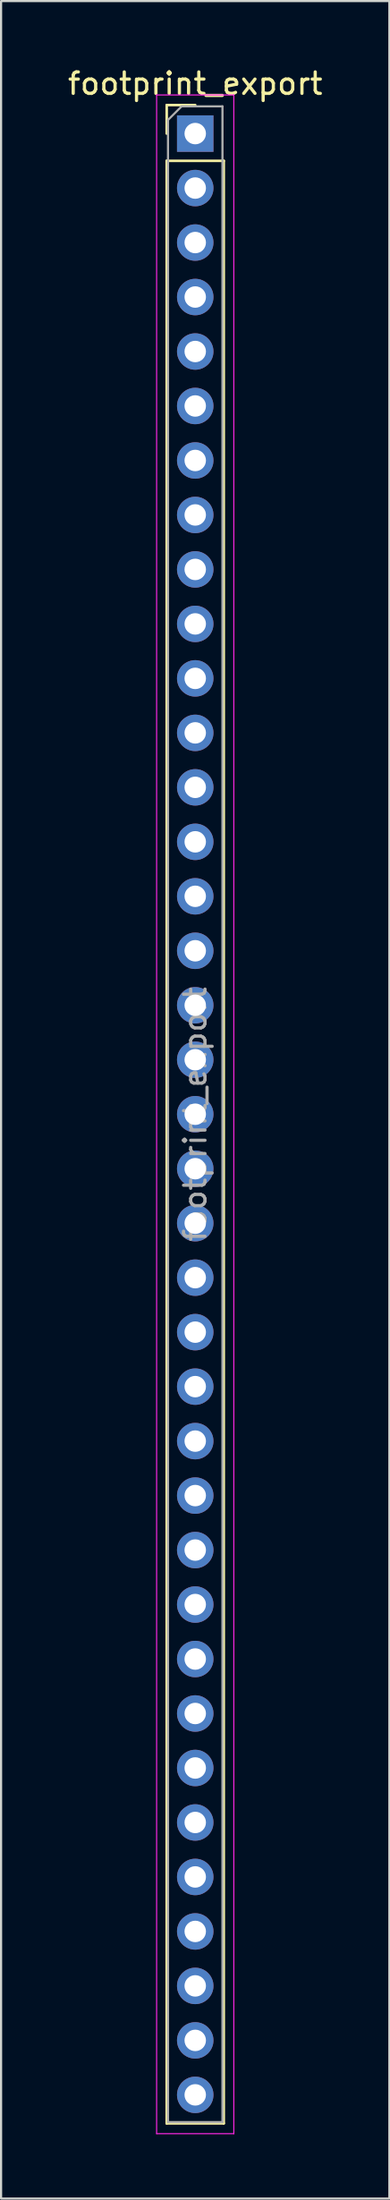
<source format=kicad_pcb>
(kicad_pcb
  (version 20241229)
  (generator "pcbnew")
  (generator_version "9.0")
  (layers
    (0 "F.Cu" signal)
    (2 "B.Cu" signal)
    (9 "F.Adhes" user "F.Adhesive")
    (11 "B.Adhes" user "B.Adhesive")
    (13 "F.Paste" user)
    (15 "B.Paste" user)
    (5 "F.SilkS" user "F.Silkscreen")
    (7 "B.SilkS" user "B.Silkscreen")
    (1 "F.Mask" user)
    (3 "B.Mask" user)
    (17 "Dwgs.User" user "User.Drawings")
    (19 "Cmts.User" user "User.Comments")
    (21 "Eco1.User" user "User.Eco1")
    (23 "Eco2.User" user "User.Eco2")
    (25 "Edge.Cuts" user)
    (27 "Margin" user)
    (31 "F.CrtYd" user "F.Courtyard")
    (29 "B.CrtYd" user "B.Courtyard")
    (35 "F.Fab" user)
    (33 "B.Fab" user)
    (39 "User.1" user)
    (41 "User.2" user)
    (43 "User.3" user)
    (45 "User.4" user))
  (footprint "footprint_export"
    (layer "F.Cu")
    (at 6.054 3.178)
    (property "Reference" "footprint_export" (at 0 -2.33 0) (layer "F.SilkS") (effects (font (size 1 1) (thickness 0.15))))
    (attr through_hole)
    (fp_line (start -1.33 -1.33) (end 0 -1.33) (stroke (width 0.12) (type solid)) (layer "F.SilkS"))
    (fp_line (start -1.33 0) (end -1.33 -1.33) (stroke (width 0.12) (type solid)) (layer "F.SilkS"))
    (fp_line (start -1.33 1.27) (end -1.33 92.77) (stroke (width 0.12) (type solid)) (layer "F.SilkS"))
    (fp_line (start -1.33 1.27) (end 1.33 1.27) (stroke (width 0.12) (type solid)) (layer "F.SilkS"))
    (fp_line (start -1.33 92.77) (end 1.33 92.77) (stroke (width 0.12) (type solid)) (layer "F.SilkS"))
    (fp_line (start 1.33 1.27) (end 1.33 92.77) (stroke (width 0.12) (type solid)) (layer "F.SilkS"))
    (fp_line (start -1.8 -1.8) (end -1.8 93.25) (stroke (width 0.05) (type solid)) (layer "F.CrtYd"))
    (fp_line (start -1.8 93.25) (end 1.8 93.25) (stroke (width 0.05) (type solid)) (layer "F.CrtYd"))
    (fp_line (start 1.8 -1.8) (end -1.8 -1.8) (stroke (width 0.05) (type solid)) (layer "F.CrtYd"))
    (fp_line (start 1.8 93.25) (end 1.8 -1.8) (stroke (width 0.05) (type solid)) (layer "F.CrtYd"))
    (fp_line (start -1.27 -0.635) (end -0.635 -1.27) (stroke (width 0.1) (type solid)) (layer "F.Fab"))
    (fp_line (start -1.27 92.71) (end -1.27 -0.635) (stroke (width 0.1) (type solid)) (layer "F.Fab"))
    (fp_line (start -0.635 -1.27) (end 1.27 -1.27) (stroke (width 0.1) (type solid)) (layer "F.Fab"))
    (fp_line (start 1.27 -1.27) (end 1.27 92.71) (stroke (width 0.1) (type solid)) (layer "F.Fab"))
    (fp_line (start 1.27 92.71) (end -1.27 92.71) (stroke (width 0.1) (type solid)) (layer "F.Fab"))
    (fp_text user "${REFERENCE}" (at 0 45.72 90) (layer "F.Fab") (effects (font (size 1 1) (thickness 0.15))))
    (pad "1" thru_hole rect (at 0 0) (size 1.7 1.7) (drill 1) (layers "*.Cu" "*.Mask"))
    (pad "2" thru_hole oval (at 0 2.54) (size 1.7 1.7) (drill 1) (layers "*.Cu" "*.Mask"))
    (pad "3" thru_hole oval (at 0 5.08) (size 1.7 1.7) (drill 1) (layers "*.Cu" "*.Mask"))
    (pad "4" thru_hole oval (at 0 7.62) (size 1.7 1.7) (drill 1) (layers "*.Cu" "*.Mask"))
    (pad "5" thru_hole oval (at 0 10.16) (size 1.7 1.7) (drill 1) (layers "*.Cu" "*.Mask"))
    (pad "6" thru_hole oval (at 0 12.7) (size 1.7 1.7) (drill 1) (layers "*.Cu" "*.Mask"))
    (pad "7" thru_hole oval (at 0 15.24) (size 1.7 1.7) (drill 1) (layers "*.Cu" "*.Mask"))
    (pad "8" thru_hole oval (at 0 17.78) (size 1.7 1.7) (drill 1) (layers "*.Cu" "*.Mask"))
    (pad "9" thru_hole oval (at 0 20.32) (size 1.7 1.7) (drill 1) (layers "*.Cu" "*.Mask"))
    (pad "10" thru_hole oval (at 0 22.86) (size 1.7 1.7) (drill 1) (layers "*.Cu" "*.Mask"))
    (pad "11" thru_hole oval (at 0 25.4) (size 1.7 1.7) (drill 1) (layers "*.Cu" "*.Mask"))
    (pad "12" thru_hole oval (at 0 27.94) (size 1.7 1.7) (drill 1) (layers "*.Cu" "*.Mask"))
    (pad "13" thru_hole oval (at 0 30.48) (size 1.7 1.7) (drill 1) (layers "*.Cu" "*.Mask"))
    (pad "14" thru_hole oval (at 0 33.02) (size 1.7 1.7) (drill 1) (layers "*.Cu" "*.Mask"))
    (pad "15" thru_hole oval (at 0 35.56) (size 1.7 1.7) (drill 1) (layers "*.Cu" "*.Mask"))
    (pad "16" thru_hole oval (at 0 38.1) (size 1.7 1.7) (drill 1) (layers "*.Cu" "*.Mask"))
    (pad "17" thru_hole oval (at 0 40.64) (size 1.7 1.7) (drill 1) (layers "*.Cu" "*.Mask"))
    (pad "18" thru_hole oval (at 0 43.18) (size 1.7 1.7) (drill 1) (layers "*.Cu" "*.Mask"))
    (pad "19" thru_hole oval (at 0 45.72) (size 1.7 1.7) (drill 1) (layers "*.Cu" "*.Mask"))
    (pad "20" thru_hole oval (at 0 48.26) (size 1.7 1.7) (drill 1) (layers "*.Cu" "*.Mask"))
    (pad "21" thru_hole oval (at 0 50.8) (size 1.7 1.7) (drill 1) (layers "*.Cu" "*.Mask"))
    (pad "22" thru_hole oval (at 0 53.34) (size 1.7 1.7) (drill 1) (layers "*.Cu" "*.Mask"))
    (pad "23" thru_hole oval (at 0 55.88) (size 1.7 1.7) (drill 1) (layers "*.Cu" "*.Mask"))
    (pad "24" thru_hole oval (at 0 58.42) (size 1.7 1.7) (drill 1) (layers "*.Cu" "*.Mask"))
    (pad "25" thru_hole oval (at 0 60.96) (size 1.7 1.7) (drill 1) (layers "*.Cu" "*.Mask"))
    (pad "26" thru_hole oval (at 0 63.5) (size 1.7 1.7) (drill 1) (layers "*.Cu" "*.Mask"))
    (pad "27" thru_hole oval (at 0 66.04) (size 1.7 1.7) (drill 1) (layers "*.Cu" "*.Mask"))
    (pad "28" thru_hole oval (at 0 68.58) (size 1.7 1.7) (drill 1) (layers "*.Cu" "*.Mask"))
    (pad "29" thru_hole oval (at 0 71.12) (size 1.7 1.7) (drill 1) (layers "*.Cu" "*.Mask"))
    (pad "30" thru_hole oval (at 0 73.66) (size 1.7 1.7) (drill 1) (layers "*.Cu" "*.Mask"))
    (pad "31" thru_hole oval (at 0 76.2) (size 1.7 1.7) (drill 1) (layers "*.Cu" "*.Mask"))
    (pad "32" thru_hole oval (at 0 78.74) (size 1.7 1.7) (drill 1) (layers "*.Cu" "*.Mask"))
    (pad "33" thru_hole oval (at 0 81.28) (size 1.7 1.7) (drill 1) (layers "*.Cu" "*.Mask"))
    (pad "34" thru_hole oval (at 0 83.82) (size 1.7 1.7) (drill 1) (layers "*.Cu" "*.Mask"))
    (pad "35" thru_hole oval (at 0 86.36) (size 1.7 1.7) (drill 1) (layers "*.Cu" "*.Mask"))
    (pad "36" thru_hole oval (at 0 88.9) (size 1.7 1.7) (drill 1) (layers "*.Cu" "*.Mask"))
    (pad "37" thru_hole oval (at 0 91.44) (size 1.7 1.7) (drill 1) (layers "*.Cu" "*.Mask")))
  (gr_rect
    (start -3 -3)
    (end 15.107 99.453)
    (stroke (width 0.1) (type default))
    (fill no)
    (layer "Edge.Cuts")))
</source>
